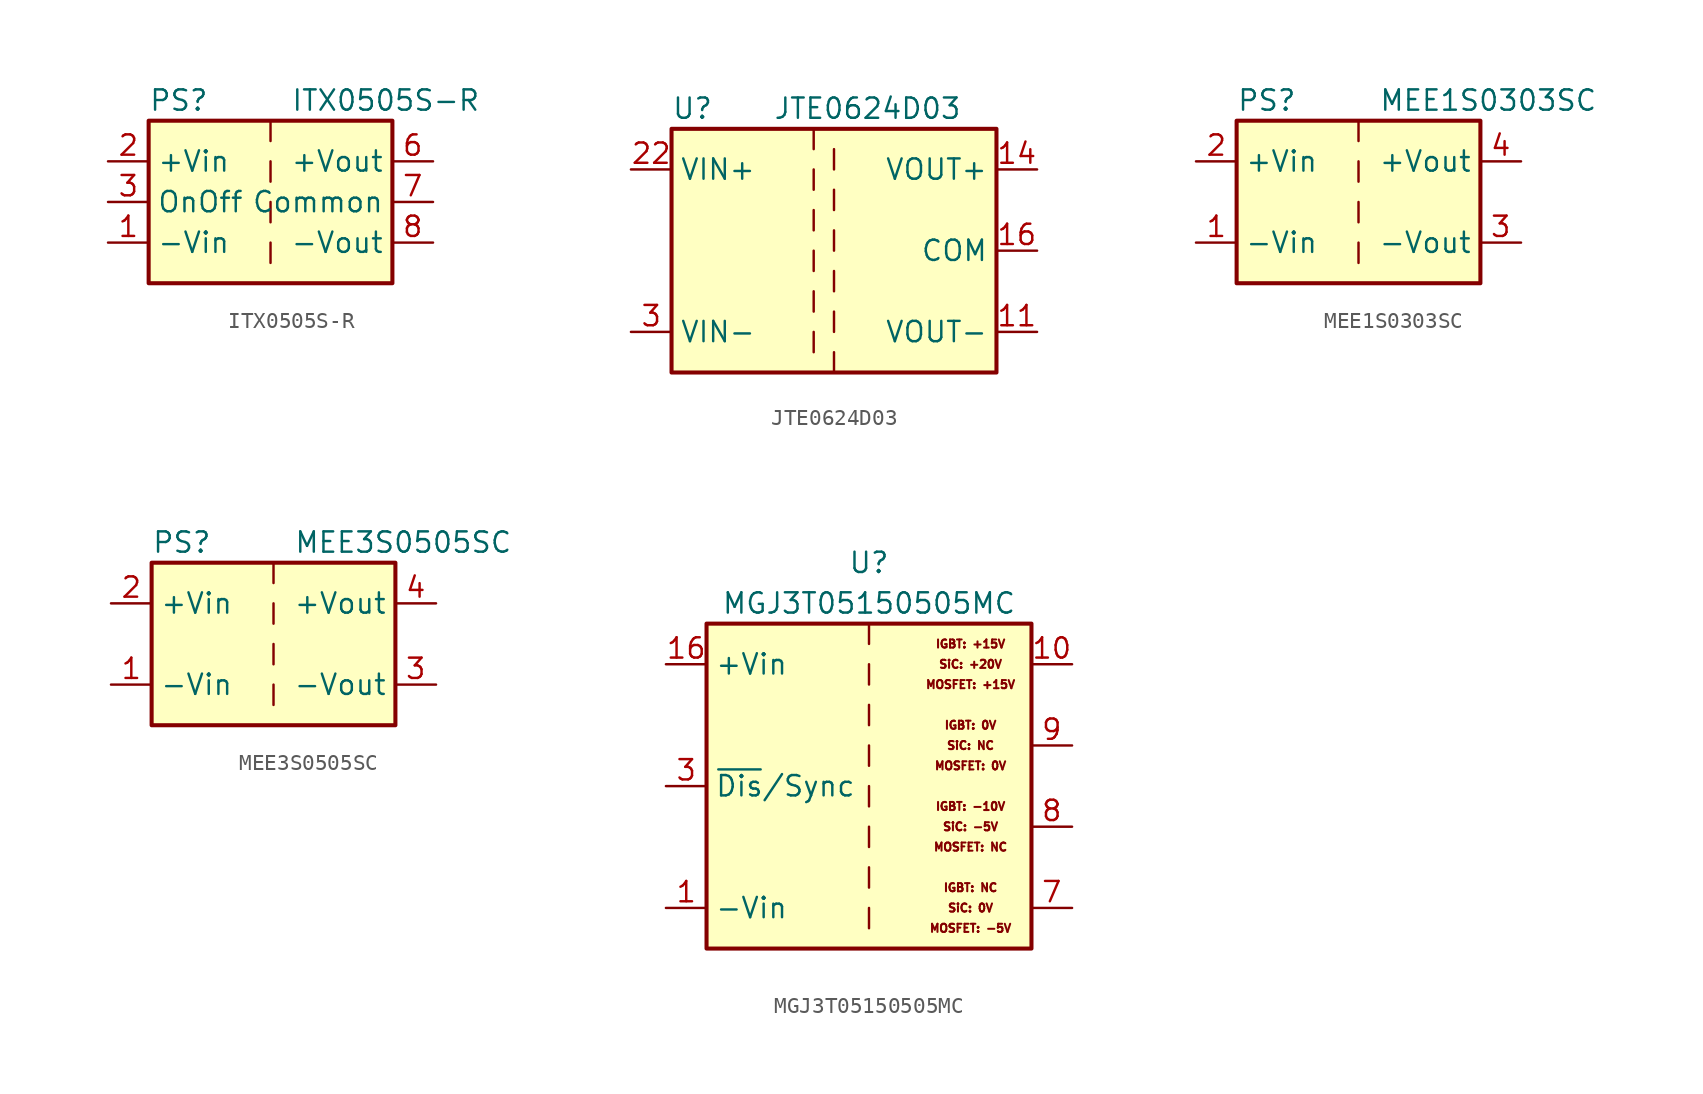
<source format=kicad_sym>
(kicad_symbol_lib
  (version 20201005)
  (generator kicad_symbol_editor)
  (symbol "Converter_DCDC:ITX0505S-R"
    (property "Reference" "PS"
      (at -7.62 6.35 0)
      (effects (font (size 1.27 1.27)) (justify left)))
    (property "Value" "ITX0505S-R"
      (at 1.27 6.35 0)
      (effects (font (size 1.27 1.27)) (justify left)))
    (symbol "ITX0505S-R_0_0"
      (pin power_in line (at -10.16 -2.54 0) (length 2.54) (name "-Vin" (effects (font (size 1.27 1.27)))) (number "1" (effects (font (size 1.27 1.27)))))
      (pin power_in line (at -10.16 2.54 0) (length 2.54) (name "+Vin" (effects (font (size 1.27 1.27)))) (number "2" (effects (font (size 1.27 1.27)))))
      (pin input line (at -10.16 0 0) (length 2.54) (name "OnOff" (effects (font (size 1.27 1.27)))) (number "3" (effects (font (size 1.27 1.27)))))
      (pin no_connect line (at 0 5.08 270) (length 2.54) hide (name "NC" (effects (font (size 1.27 1.27)))) (number "5" (effects (font (size 1.27 1.27)))))
      (pin power_out line (at 10.16 2.54 180) (length 2.54) (name "+Vout" (effects (font (size 1.27 1.27)))) (number "6" (effects (font (size 1.27 1.27)))))
      (pin power_out line (at 10.16 0 180) (length 2.54) (name "Common" (effects (font (size 1.27 1.27)))) (number "7" (effects (font (size 1.27 1.27)))))
      (pin power_out line (at 10.16 -2.54 180) (length 2.54) (name "-Vout" (effects (font (size 1.27 1.27)))) (number "8" (effects (font (size 1.27 1.27))))))
    (symbol "ITX0505S-R_0_1"
      (rectangle (start -7.62 5.08) (end 7.62 -5.08) (stroke (width 0.254)) (fill (type background)))
      (polyline (pts (xy 0 -2.54) (xy 0 -3.81)) (stroke (width 0)) (fill (type none)))
      (polyline (pts (xy 0 0) (xy 0 -1.27)) (stroke (width 0)) (fill (type none)))
      (polyline (pts (xy 0 2.54) (xy 0 1.27)) (stroke (width 0)) (fill (type none)))
      (polyline (pts (xy 0 5.08) (xy 0 3.81)) (stroke (width 0)) (fill (type none)))))
  (symbol "Converter_DCDC:JTE0624D03"
    (property "Reference" "U"
      (at -10.16 8.89 0)
      (effects (font (size 1.27 1.27)) (justify left)))
    (property "Value" "JTE0624D03"
      (at -3.81 8.89 0)
      (effects (font (size 1.27 1.27)) (justify left)))
    (symbol "JTE0624D03_0_1"
      (rectangle (start -10.16 7.62) (end 10.16 -7.62) (stroke (width 0.254)) (fill (type background)))
      (polyline (pts (xy -1.27 -5.08) (xy -1.27 -6.35)) (stroke (width 0)) (fill (type none)))
      (polyline (pts (xy -1.27 -2.54) (xy -1.27 -3.81)) (stroke (width 0)) (fill (type none)))
      (polyline (pts (xy -1.27 0) (xy -1.27 -1.27)) (stroke (width 0)) (fill (type none)))
      (polyline (pts (xy -1.27 2.54) (xy -1.27 1.27)) (stroke (width 0)) (fill (type none)))
      (polyline (pts (xy -1.27 5.08) (xy -1.27 3.81)) (stroke (width 0)) (fill (type none)))
      (polyline (pts (xy -1.27 7.62) (xy -1.27 6.35)) (stroke (width 0)) (fill (type none)))
      (polyline (pts (xy 0 -7.62) (xy 0 -6.35)) (stroke (width 0)) (fill (type none)))
      (polyline (pts (xy 0 -5.08) (xy 0 -3.81)) (stroke (width 0)) (fill (type none)))
      (polyline (pts (xy 0 -1.27) (xy 0 -2.54)) (stroke (width 0)) (fill (type none)))
      (polyline (pts (xy 0 0) (xy 0 1.27)) (stroke (width 0)) (fill (type none)))
      (polyline (pts (xy 0 2.54) (xy 0 3.81)) (stroke (width 0)) (fill (type none)))
      (polyline (pts (xy 0 5.08) (xy 0 6.35)) (stroke (width 0)) (fill (type none))))
    (symbol "JTE0624D03_1_1"
      (pin power_out line (at 12.7 -5.08 180) (length 2.54) (name "VOUT-" (effects (font (size 1.27 1.27)))) (number "11" (effects (font (size 1.27 1.27)))))
      (pin power_out line (at 12.7 5.08 180) (length 2.54) (name "VOUT+" (effects (font (size 1.27 1.27)))) (number "14" (effects (font (size 1.27 1.27)))))
      (pin power_out line (at 12.7 0 180) (length 2.54) (name "COM" (effects (font (size 1.27 1.27)))) (number "16" (effects (font (size 1.27 1.27)))))
      (pin passive line (at -12.7 -5.08 0) (length 2.54) hide (name "VIN-" (effects (font (size 1.27 1.27)))) (number "2" (effects (font (size 1.27 1.27)))))
      (pin power_in line (at -12.7 5.08 0) (length 2.54) (name "VIN+" (effects (font (size 1.27 1.27)))) (number "22" (effects (font (size 1.27 1.27)))))
      (pin passive line (at -12.7 5.08 0) (length 2.54) hide (name "VIN+" (effects (font (size 1.27 1.27)))) (number "23" (effects (font (size 1.27 1.27)))))
      (pin power_in line (at -12.7 -5.08 0) (length 2.54) (name "VIN-" (effects (font (size 1.27 1.27)))) (number "3" (effects (font (size 1.27 1.27)))))
      (pin passive line (at 12.7 0 180) (length 2.54) hide (name "COM" (effects (font (size 1.27 1.27)))) (number "9" (effects (font (size 1.27 1.27)))))))
  (symbol "Converter_DCDC:MEE1S0303SC"
    (property "Reference" "PS"
      (at -7.62 6.35 0)
      (effects (font (size 1.27 1.27)) (justify left)))
    (property "Value" "MEE1S0303SC"
      (at 1.27 6.35 0)
      (effects (font (size 1.27 1.27)) (justify left)))
    (symbol "MEE1S0303SC_0_0"
      (pin power_in line (at -10.16 -2.54 0) (length 2.54) (name "-Vin" (effects (font (size 1.27 1.27)))) (number "1" (effects (font (size 1.27 1.27)))))
      (pin power_in line (at -10.16 2.54 0) (length 2.54) (name "+Vin" (effects (font (size 1.27 1.27)))) (number "2" (effects (font (size 1.27 1.27)))))
      (pin power_out line (at 10.16 -2.54 180) (length 2.54) (name "-Vout" (effects (font (size 1.27 1.27)))) (number "3" (effects (font (size 1.27 1.27)))))
      (pin power_out line (at 10.16 2.54 180) (length 2.54) (name "+Vout" (effects (font (size 1.27 1.27)))) (number "4" (effects (font (size 1.27 1.27))))))
    (symbol "MEE1S0303SC_0_1"
      (rectangle (start -7.62 5.08) (end 7.62 -5.08) (stroke (width 0.254)) (fill (type background)))
      (polyline (pts (xy 0 -2.54) (xy 0 -3.81)) (stroke (width 0)) (fill (type none)))
      (polyline (pts (xy 0 0) (xy 0 -1.27)) (stroke (width 0)) (fill (type none)))
      (polyline (pts (xy 0 2.54) (xy 0 1.27)) (stroke (width 0)) (fill (type none)))
      (polyline (pts (xy 0 5.08) (xy 0 3.81)) (stroke (width 0)) (fill (type none)))))
  (symbol "Converter_DCDC:MEE3S0505SC"
    (property "Reference" "PS"
      (at -7.62 6.35 0)
      (effects (font (size 1.27 1.27)) (justify left)))
    (property "Value" "MEE3S0505SC"
      (at 1.27 6.35 0)
      (effects (font (size 1.27 1.27)) (justify left)))
    (symbol "MEE3S0505SC_0_0"
      (pin power_in line (at -10.16 -2.54 0) (length 2.54) (name "-Vin" (effects (font (size 1.27 1.27)))) (number "1" (effects (font (size 1.27 1.27)))))
      (pin power_in line (at -10.16 2.54 0) (length 2.54) (name "+Vin" (effects (font (size 1.27 1.27)))) (number "2" (effects (font (size 1.27 1.27)))))
      (pin power_out line (at 10.16 -2.54 180) (length 2.54) (name "-Vout" (effects (font (size 1.27 1.27)))) (number "3" (effects (font (size 1.27 1.27)))))
      (pin power_out line (at 10.16 2.54 180) (length 2.54) (name "+Vout" (effects (font (size 1.27 1.27)))) (number "4" (effects (font (size 1.27 1.27))))))
    (symbol "MEE3S0505SC_0_1"
      (rectangle (start -7.62 5.08) (end 7.62 -5.08) (stroke (width 0.254)) (fill (type background)))
      (polyline (pts (xy 0 -2.54) (xy 0 -3.81)) (stroke (width 0)) (fill (type none)))
      (polyline (pts (xy 0 0) (xy 0 -1.27)) (stroke (width 0)) (fill (type none)))
      (polyline (pts (xy 0 2.54) (xy 0 1.27)) (stroke (width 0)) (fill (type none)))
      (polyline (pts (xy 0 5.08) (xy 0 3.81)) (stroke (width 0)) (fill (type none)))))
  (symbol "Converter_DCDC:MGJ3T05150505MC"
    (property "Reference" "U"
      (at 0 13.97 0)
      (effects (font (size 1.27 1.27))))
    (property "Value" "MGJ3T05150505MC"
      (at 0 11.43 0)
      (effects (font (size 1.27 1.27))))
    (symbol "MGJ3T05150505MC_0_0"
      (text "IGBT: +15V" (at 6.35 8.89 0) (effects (font (size 0.508 0.508))))
      (text "IGBT: -10V" (at 6.35 -1.27 0) (effects (font (size 0.508 0.508))))
      (text "IGBT: 0V" (at 6.35 3.81 0) (effects (font (size 0.508 0.508))))
      (text "IGBT: NC" (at 6.35 -6.35 0) (effects (font (size 0.508 0.508))))
      (text "MOSFET: +15V" (at 6.35 6.35 0) (effects (font (size 0.508 0.508))))
      (text "MOSFET: -5V" (at 6.35 -8.89 0) (effects (font (size 0.508 0.508))))
      (text "MOSFET: 0V" (at 6.35 1.27 0) (effects (font (size 0.508 0.508))))
      (text "MOSFET: NC" (at 6.35 -3.81 0) (effects (font (size 0.508 0.508))))
      (text "SiC: +20V" (at 6.35 7.62 0) (effects (font (size 0.508 0.508))))
      (text "SiC: -5V" (at 6.35 -2.54 0) (effects (font (size 0.508 0.508))))
      (text "SiC: 0V" (at 6.35 -7.62 0) (effects (font (size 0.508 0.508))))
      (text "SiC: NC" (at 6.35 2.54 0) (effects (font (size 0.508 0.508)))))
    (symbol "MGJ3T05150505MC_0_1"
      (rectangle (start -10.16 10.16) (end 10.16 -10.16) (stroke (width 0.254)) (fill (type background)))
      (polyline (pts (xy 0 -7.62) (xy 0 -8.89)) (stroke (width 0)) (fill (type none)))
      (polyline (pts (xy 0 -5.08) (xy 0 -6.35)) (stroke (width 0)) (fill (type none)))
      (polyline (pts (xy 0 -2.54) (xy 0 -3.81)) (stroke (width 0)) (fill (type none)))
      (polyline (pts (xy 0 0) (xy 0 -1.27)) (stroke (width 0)) (fill (type none)))
      (polyline (pts (xy 0 2.54) (xy 0 1.27)) (stroke (width 0)) (fill (type none)))
      (polyline (pts (xy 0 5.08) (xy 0 3.81)) (stroke (width 0)) (fill (type none)))
      (polyline (pts (xy 0 7.62) (xy 0 6.35)) (stroke (width 0)) (fill (type none)))
      (polyline (pts (xy 0 10.16) (xy 0 8.89)) (stroke (width 0)) (fill (type none))))
    (symbol "MGJ3T05150505MC_1_1"
      (pin power_in line (at -12.7 -7.62 0) (length 2.54) (name "-Vin" (effects (font (size 1.27 1.27)))) (number "1" (effects (font (size 1.27 1.27)))))
      (pin power_out line (at 12.7 7.62 180) (length 2.54) (name "~" (effects (font (size 1.27 1.27)))) (number "10" (effects (font (size 1.27 1.27)))))
      (pin power_in line (at -12.7 7.62 0) (length 2.54) (name "+Vin" (effects (font (size 1.27 1.27)))) (number "16" (effects (font (size 1.27 1.27)))))
      (pin input line (at -12.7 0 0) (length 2.54) (name "~Dis~/Sync" (effects (font (size 1.27 1.27)))) (number "3" (effects (font (size 1.27 1.27)))))
      (pin power_out line (at 12.7 -7.62 180) (length 2.54) (name "~" (effects (font (size 1.27 1.27)))) (number "7" (effects (font (size 1.27 1.27)))))
      (pin power_out line (at 12.7 -2.54 180) (length 2.54) (name "~" (effects (font (size 1.27 1.27)))) (number "8" (effects (font (size 1.27 1.27)))))
      (pin power_out line (at 12.7 2.54 180) (length 2.54) (name "~" (effects (font (size 1.27 1.27)))) (number "9" (effects (font (size 1.27 1.27))))))))
</source>
